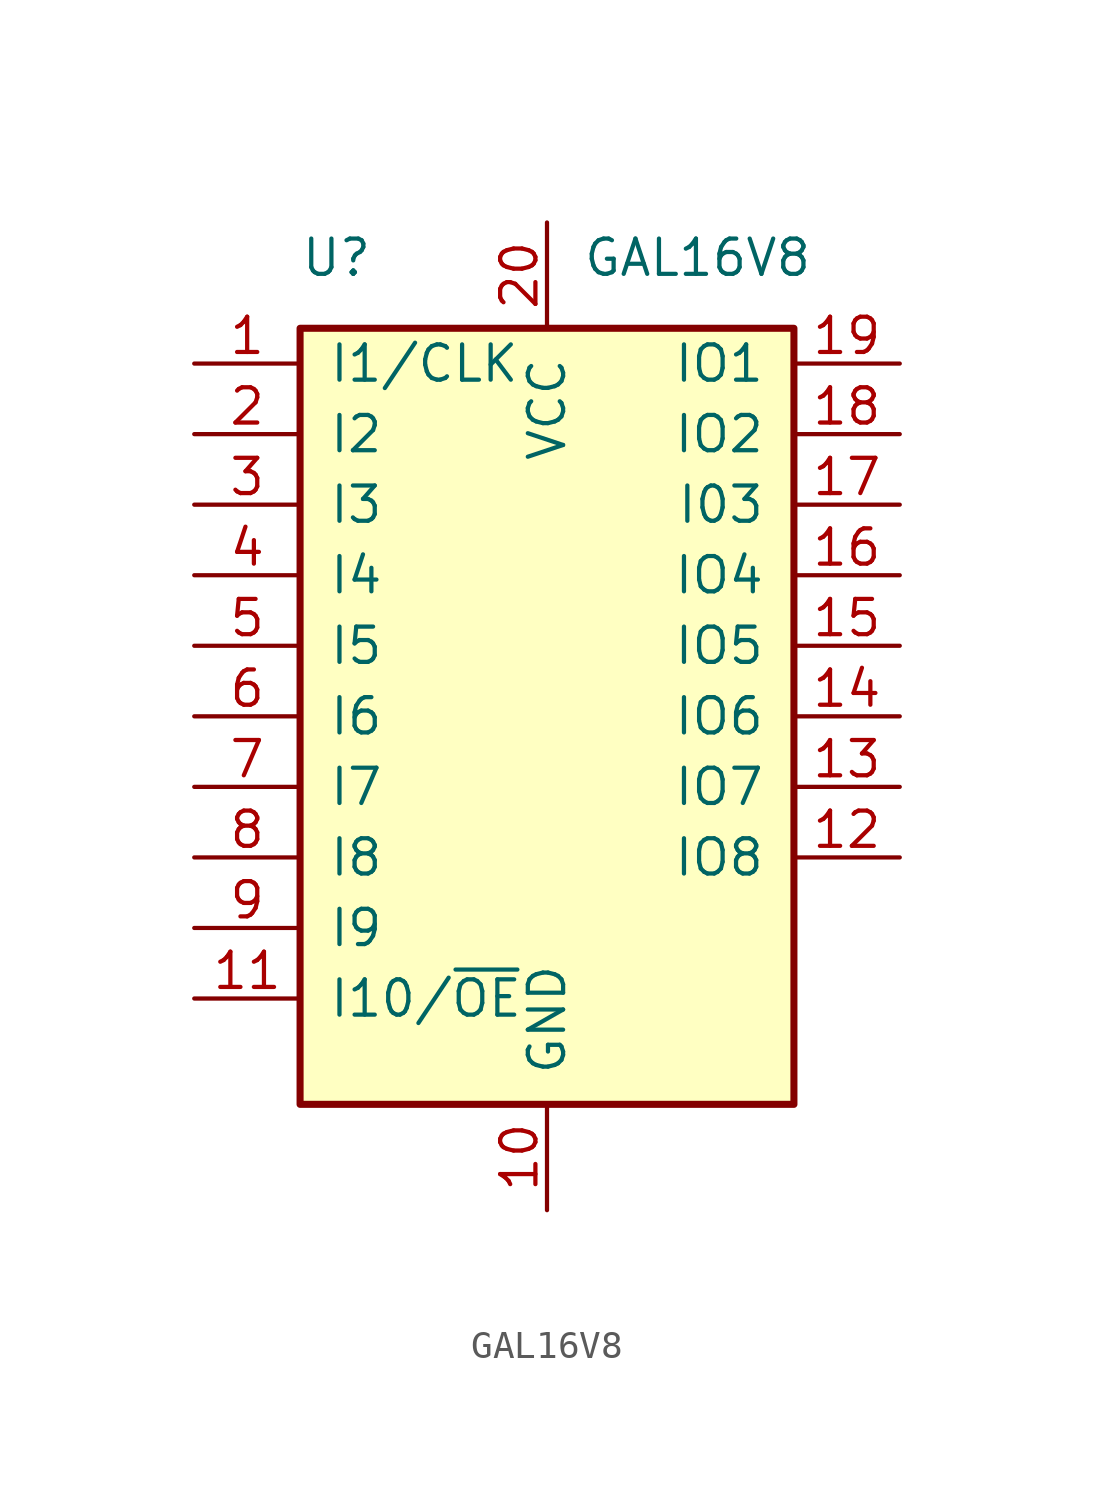
<source format=kicad_sym>
(kicad_symbol_lib
  (version 20200908)
  (generator kicad_symbol_editor)
  (symbol "Logic_Programmable:GAL16V8"
    (pin_names
      (offset 1.016))
    (property "Reference" "U"
      (at -8.89 16.51 0)
      (effects (font (size 1.27 1.27)) (justify left)))
    (property "Value" "GAL16V8"
      (at 1.27 16.51 0)
      (effects (font (size 1.27 1.27)) (justify left)))
    (symbol "GAL16V8_0_1"
      (rectangle (start -8.89 13.97) (end 8.89 -13.97) (stroke (width 0.254)) (fill (type background))))
    (symbol "GAL16V8_0_0"
      (pin power_in line (at 0 -17.78 90) (length 3.81) (name "GND" (effects (font (size 1.27 1.27)))) (number "10" (effects (font (size 1.27 1.27)))))
      (pin power_in line (at 0 17.78 270) (length 3.81) (name "VCC" (effects (font (size 1.27 1.27)))) (number "20" (effects (font (size 1.27 1.27))))))
    (symbol "GAL16V8_1_1"
      (pin input line (at -12.7 12.7 0) (length 3.81) (name "I1/CLK" (effects (font (size 1.27 1.27)))) (number "1" (effects (font (size 1.27 1.27)))))
      (pin input line (at -12.7 10.16 0) (length 3.81) (name "I2" (effects (font (size 1.27 1.27)))) (number "2" (effects (font (size 1.27 1.27)))))
      (pin input line (at -12.7 7.62 0) (length 3.81) (name "I3" (effects (font (size 1.27 1.27)))) (number "3" (effects (font (size 1.27 1.27)))))
      (pin input line (at -12.7 5.08 0) (length 3.81) (name "I4" (effects (font (size 1.27 1.27)))) (number "4" (effects (font (size 1.27 1.27)))))
      (pin input line (at -12.7 2.54 0) (length 3.81) (name "I5" (effects (font (size 1.27 1.27)))) (number "5" (effects (font (size 1.27 1.27)))))
      (pin input line (at -12.7 0 0) (length 3.81) (name "I6" (effects (font (size 1.27 1.27)))) (number "6" (effects (font (size 1.27 1.27)))))
      (pin input line (at -12.7 -2.54 0) (length 3.81) (name "I7" (effects (font (size 1.27 1.27)))) (number "7" (effects (font (size 1.27 1.27)))))
      (pin input line (at -12.7 -5.08 0) (length 3.81) (name "I8" (effects (font (size 1.27 1.27)))) (number "8" (effects (font (size 1.27 1.27)))))
      (pin input line (at -12.7 -7.62 0) (length 3.81) (name "I9" (effects (font (size 1.27 1.27)))) (number "9" (effects (font (size 1.27 1.27)))))
      (pin input line (at -12.7 -10.16 0) (length 3.81) (name "I10/~OE~" (effects (font (size 1.27 1.27)))) (number "11" (effects (font (size 1.27 1.27)))))
      (pin tri_state line (at 12.7 -5.08 180) (length 3.81) (name "IO8" (effects (font (size 1.27 1.27)))) (number "12" (effects (font (size 1.27 1.27)))))
      (pin tri_state line (at 12.7 -2.54 180) (length 3.81) (name "IO7" (effects (font (size 1.27 1.27)))) (number "13" (effects (font (size 1.27 1.27)))))
      (pin tri_state line (at 12.7 0 180) (length 3.81) (name "IO6" (effects (font (size 1.27 1.27)))) (number "14" (effects (font (size 1.27 1.27)))))
      (pin tri_state line (at 12.7 2.54 180) (length 3.81) (name "IO5" (effects (font (size 1.27 1.27)))) (number "15" (effects (font (size 1.27 1.27)))))
      (pin tri_state line (at 12.7 5.08 180) (length 3.81) (name "IO4" (effects (font (size 1.27 1.27)))) (number "16" (effects (font (size 1.27 1.27)))))
      (pin tri_state line (at 12.7 7.62 180) (length 3.81) (name "I03" (effects (font (size 1.27 1.27)))) (number "17" (effects (font (size 1.27 1.27)))))
      (pin tri_state line (at 12.7 10.16 180) (length 3.81) (name "IO2" (effects (font (size 1.27 1.27)))) (number "18" (effects (font (size 1.27 1.27)))))
      (pin tri_state line (at 12.7 12.7 180) (length 3.81) (name "IO1" (effects (font (size 1.27 1.27)))) (number "19" (effects (font (size 1.27 1.27))))))))
</source>
